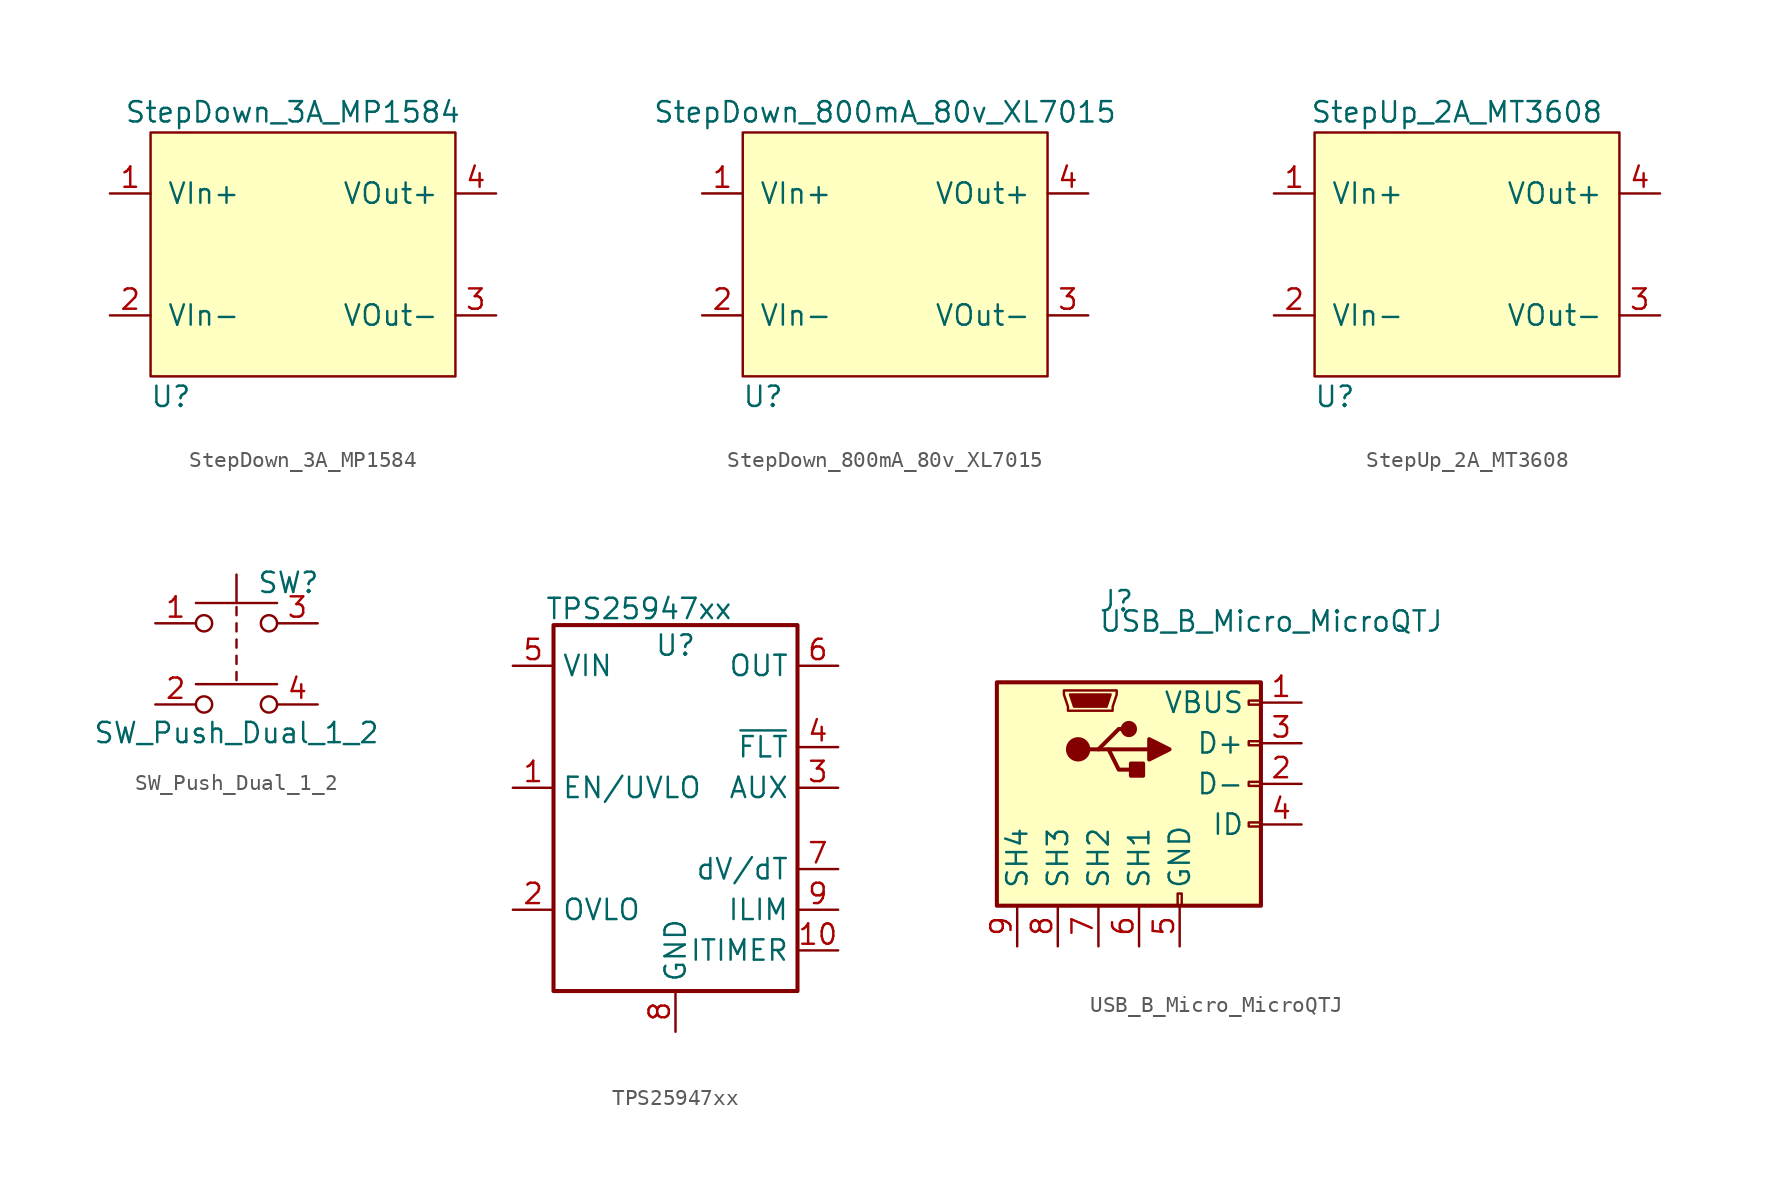
<source format=kicad_sym>
(kicad_symbol_lib
  (version 20231120)
  (generator "kicad_symbol_editor")
  (generator_version "8.0")
  (symbol "StepDown_3A_MP1584"
    (pin_names
      (offset 1.016))
    (property "Reference" "U"
      (at -10.16 -8.89 0)
      (effects (font (size 1.27 1.27))))
    (property "Value" "StepDown_3A_MP1584"
      (at -2.54 8.89 0)
      (effects (font (size 1.27 1.27))))
    (symbol "StepDown_3A_MP1584_1_1"
      (rectangle (start -11.43 7.62) (end 7.62 -7.62) (stroke (width 0) (type default)) (fill (type background)))
      (pin power_in line (at -13.97 3.81 0) (length 2.54) (name "VIn+" (effects (font (size 1.27 1.27)))) (number "1" (effects (font (size 1.27 1.27)))))
      (pin power_in line (at -13.97 -3.81 0) (length 2.54) (name "VIn-" (effects (font (size 1.27 1.27)))) (number "2" (effects (font (size 1.27 1.27)))))
      (pin power_in line (at 10.16 -3.81 180) (length 2.54) (name "VOut-" (effects (font (size 1.27 1.27)))) (number "3" (effects (font (size 1.27 1.27)))))
      (pin power_out line (at 10.16 3.81 180) (length 2.54) (name "VOut+" (effects (font (size 1.27 1.27)))) (number "4" (effects (font (size 1.27 1.27)))))))
  (symbol "StepDown_800mA_80v_XL7015"
    (pin_names
      (offset 1.016))
    (property "Reference" "U"
      (at -10.16 -8.89 0)
      (effects (font (size 1.27 1.27))))
    (property "Value" "StepDown_800mA_80v_XL7015"
      (at -2.54 8.89 0)
      (effects (font (size 1.27 1.27))))
    (symbol "StepDown_800mA_80v_XL7015_1_1"
      (rectangle (start -11.43 7.62) (end 7.62 -7.62) (stroke (width 0) (type default)) (fill (type background)))
      (pin power_in line (at -13.97 3.81 0) (length 2.54) (name "VIn+" (effects (font (size 1.27 1.27)))) (number "1" (effects (font (size 1.27 1.27)))))
      (pin power_in line (at -13.97 -3.81 0) (length 2.54) (name "VIn-" (effects (font (size 1.27 1.27)))) (number "2" (effects (font (size 1.27 1.27)))))
      (pin power_out line (at 10.16 -3.81 180) (length 2.54) (name "VOut-" (effects (font (size 1.27 1.27)))) (number "3" (effects (font (size 1.27 1.27)))))
      (pin power_out line (at 10.16 3.81 180) (length 2.54) (name "VOut+" (effects (font (size 1.27 1.27)))) (number "4" (effects (font (size 1.27 1.27)))))))
  (symbol "StepUp_2A_MT3608"
    (pin_names
      (offset 1.016))
    (property "Reference" "U"
      (at -7.62 -10.16 0)
      (effects (font (size 1.27 1.27))))
    (property "Value" "StepUp_2A_MT3608"
      (at 0 7.62 0)
      (effects (font (size 1.27 1.27))))
    (symbol "StepUp_2A_MT3608_0_1"
      (rectangle (start -8.89 6.35) (end 10.16 -8.89) (stroke (width 0) (type default)) (fill (type background))))
    (symbol "StepUp_2A_MT3608_1_1"
      (pin power_in line (at -11.43 2.54 0) (length 2.54) (name "VIn+" (effects (font (size 1.27 1.27)))) (number "1" (effects (font (size 1.27 1.27)))))
      (pin power_in line (at -11.43 -5.08 0) (length 2.54) (name "VIn-" (effects (font (size 1.27 1.27)))) (number "2" (effects (font (size 1.27 1.27)))))
      (pin power_out line (at 12.7 -5.08 180) (length 2.54) (name "VOut-" (effects (font (size 1.27 1.27)))) (number "3" (effects (font (size 1.27 1.27)))))
      (pin power_out line (at 12.7 2.54 180) (length 2.54) (name "VOut+" (effects (font (size 1.27 1.27)))) (number "4" (effects (font (size 1.27 1.27)))))))
  (symbol "SW_Push_Dual_1_2"
    (pin_names
      (offset 1.016) hide)
    (property "Reference" "SW"
      (at 1.27 2.54 0)
      (effects (font (size 1.27 1.27)) (justify left)))
    (property "Value" "SW_Push_Dual_1_2"
      (at 0 -6.858 0)
      (effects (font (size 1.27 1.27))))
    (symbol "SW_Push_Dual_1_2_0_1"
      (circle (center -2.032 -5.08) (radius 0.508) (stroke (width 0) (type default)) (fill (type none)))
      (circle (center -2.032 0) (radius 0.508) (stroke (width 0) (type default)) (fill (type none)))
      (polyline (pts (xy 0 -3.048) (xy 0 -3.556)) (stroke (width 0) (type default)) (fill (type none)))
      (polyline (pts (xy 0 -2.032) (xy 0 -2.54)) (stroke (width 0) (type default)) (fill (type none)))
      (polyline (pts (xy 0 -1.524) (xy 0 -1.016)) (stroke (width 0) (type default)) (fill (type none)))
      (polyline (pts (xy 0 -0.508) (xy 0 0)) (stroke (width 0) (type default)) (fill (type none)))
      (polyline (pts (xy 0 0.508) (xy 0 1.016)) (stroke (width 0) (type default)) (fill (type none)))
      (polyline (pts (xy 0 1.27) (xy 0 3.048)) (stroke (width 0) (type default)) (fill (type none)))
      (polyline (pts (xy 2.54 -3.81) (xy -2.54 -3.81)) (stroke (width 0) (type default)) (fill (type none)))
      (polyline (pts (xy 2.54 1.27) (xy -2.54 1.27)) (stroke (width 0) (type default)) (fill (type none)))
      (circle (center 2.032 -5.08) (radius 0.508) (stroke (width 0) (type default)) (fill (type none)))
      (circle (center 2.032 0) (radius 0.508) (stroke (width 0) (type default)) (fill (type none)))
      (pin passive line (at -5.08 0 0) (length 2.54) (name "1" (effects (font (size 1.27 1.27)))) (number "1" (effects (font (size 1.27 1.27)))))
      (pin passive line (at -5.08 -5.08 0) (length 2.54) (name "2" (effects (font (size 1.27 1.27)))) (number "2" (effects (font (size 1.27 1.27)))))
      (pin passive line (at 5.08 0 180) (length 2.54) (name "3" (effects (font (size 1.27 1.27)))) (number "3" (effects (font (size 1.27 1.27)))))
      (pin passive line (at 5.08 -5.08 180) (length 2.54) (name "4" (effects (font (size 1.27 1.27)))) (number "4" (effects (font (size 1.27 1.27)))))))
  (symbol "TPS25947xx"
    (property "Reference" "U"
      (at 0 8.89 0)
      (effects (font (size 1.27 1.27))))
    (property "Value" "TPS25947xx"
      (at -2.286 11.176 0)
      (effects (font (size 1.27 1.27))))
    (symbol "TPS25947xx_1_1"
      (rectangle (start -7.62 10.16) (end 7.62 -12.7) (stroke (width 0.254) (type default)) (fill (type none)))
      (pin input line (at -10.16 0 0) (length 2.54) (name "EN/UVLO" (effects (font (size 1.27 1.27)))) (number "1" (effects (font (size 1.27 1.27)))))
      (pin output line (at 10.16 -10.16 180) (length 2.54) (name "ITIMER" (effects (font (size 1.27 1.27)))) (number "10" (effects (font (size 1.27 1.27)))))
      (pin input line (at -10.16 -7.62 0) (length 2.54) (name "OVLO" (effects (font (size 1.27 1.27)))) (number "2" (effects (font (size 1.27 1.27)))))
      (pin open_collector line (at 10.16 0 180) (length 2.54) (name "AUX" (effects (font (size 1.27 1.27)))) (number "3" (effects (font (size 1.27 1.27)))))
      (pin open_collector line (at 10.16 2.54 180) (length 2.54) (name "~{FLT}" (effects (font (size 1.27 1.27)))) (number "4" (effects (font (size 1.27 1.27)))))
      (pin power_in line (at -10.16 7.62 0) (length 2.54) (name "VIN" (effects (font (size 1.27 1.27)))) (number "5" (effects (font (size 1.27 1.27)))))
      (pin power_out line (at 10.16 7.62 180) (length 2.54) (name "OUT" (effects (font (size 1.27 1.27)))) (number "6" (effects (font (size 1.27 1.27)))))
      (pin output line (at 10.16 -5.08 180) (length 2.54) (name "dV/dT" (effects (font (size 1.27 1.27)))) (number "7" (effects (font (size 1.27 1.27)))))
      (pin power_in line (at 0 -15.24 90) (length 2.54) (name "GND" (effects (font (size 1.27 1.27)))) (number "8" (effects (font (size 1.27 1.27)))))
      (pin output line (at 10.16 -7.62 180) (length 2.54) (name "ILIM" (effects (font (size 1.27 1.27)))) (number "9" (effects (font (size 1.27 1.27)))))))
  (symbol "USB_B_Micro_MicroQTJ"
    (pin_names
      (offset 1.016))
    (property "Reference" "J"
      (at -5.08 11.43 0)
      (effects (font (size 1.27 1.27)) (justify left)))
    (property "Value" "USB_B_Micro_MicroQTJ"
      (at -5.08 10.16 0)
      (effects (font (size 1.27 1.27)) (justify left)))
    (symbol "USB_B_Micro_MicroQTJ_0_1"
      (circle (center -6.35 2.159) (radius 0.635) (stroke (width 0.254) (type default)) (fill (type outline)))
      (circle (center -3.175 3.429) (radius 0.381) (stroke (width 0.254) (type default)) (fill (type outline)))
      (rectangle (start -2.286 1.27) (end -3.048 0.508) (stroke (width 0.254) (type default)) (fill (type outline)))
      (rectangle (start -0.127 -7.62) (end 0.127 -6.858) (stroke (width 0) (type default)) (fill (type none)))
      (polyline (pts (xy -4.445 2.159) (xy -1.905 2.159)) (stroke (width 0.254) (type default)) (fill (type none)))
      (polyline (pts (xy -5.715 2.159) (xy -5.08 2.159) (xy -3.81 3.429) (xy -3.175 3.429)) (stroke (width 0.254) (type default)) (fill (type none)))
      (polyline (pts (xy -5.08 2.159) (xy -4.445 2.159) (xy -3.81 0.889) (xy -2.54 0.889)) (stroke (width 0.254) (type default)) (fill (type none)))
      (polyline (pts (xy -1.905 2.794) (xy -1.905 1.524) (xy -0.635 2.159) (xy -1.905 2.794)) (stroke (width 0.254) (type default)) (fill (type outline)))
      (polyline (pts (xy -6.858 5.588) (xy -4.318 5.588) (xy -4.572 4.826) (xy -6.604 4.826) (xy -6.858 5.588)) (stroke (width 0) (type default)) (fill (type outline)))
      (polyline (pts (xy -7.239 5.842) (xy -7.239 5.588) (xy -6.985 4.826) (xy -6.985 4.572) (xy -4.191 4.572) (xy -4.191 4.826) (xy -3.937 5.588) (xy -3.937 5.842) (xy -7.239 5.842)) (stroke (width 0) (type default)) (fill (type none)))
      (rectangle (start 5.08 -2.667) (end 4.318 -2.413) (stroke (width 0) (type default)) (fill (type none)))
      (rectangle (start 5.08 -0.127) (end 4.318 0.127) (stroke (width 0) (type default)) (fill (type none)))
      (rectangle (start 5.08 2.413) (end 4.318 2.667) (stroke (width 0) (type default)) (fill (type none)))
      (rectangle (start 5.08 4.953) (end 4.318 5.207) (stroke (width 0) (type default)) (fill (type none)))
      (rectangle (start 5.08 6.35) (end -11.43 -7.62) (stroke (width 0.254) (type default)) (fill (type background))))
    (symbol "USB_B_Micro_MicroQTJ_1_1"
      (pin power_out line (at 7.62 5.08 180) (length 2.54) (name "VBUS" (effects (font (size 1.27 1.27)))) (number "1" (effects (font (size 1.27 1.27)))))
      (pin passive line (at 7.62 0 180) (length 2.54) (name "D-" (effects (font (size 1.27 1.27)))) (number "2" (effects (font (size 1.27 1.27)))))
      (pin passive line (at 7.62 2.54 180) (length 2.54) (name "D+" (effects (font (size 1.27 1.27)))) (number "3" (effects (font (size 1.27 1.27)))))
      (pin passive line (at 7.62 -2.54 180) (length 2.54) (name "ID" (effects (font (size 1.27 1.27)))) (number "4" (effects (font (size 1.27 1.27)))))
      (pin power_out line (at 0 -10.16 90) (length 2.54) (name "GND" (effects (font (size 1.27 1.27)))) (number "5" (effects (font (size 1.27 1.27)))))
      (pin passive line (at -2.54 -10.16 90) (length 2.54) (name "SH1" (effects (font (size 1.27 1.27)))) (number "6" (effects (font (size 1.27 1.27)))))
      (pin passive line (at -5.08 -10.16 90) (length 2.54) (name "SH2" (effects (font (size 1.27 1.27)))) (number "7" (effects (font (size 1.27 1.27)))))
      (pin passive line (at -7.62 -10.16 90) (length 2.54) (name "SH3" (effects (font (size 1.27 1.27)))) (number "8" (effects (font (size 1.27 1.27)))))
      (pin passive line (at -10.16 -10.16 90) (length 2.54) (name "SH4" (effects (font (size 1.27 1.27)))) (number "9" (effects (font (size 1.27 1.27))))))))
</source>
